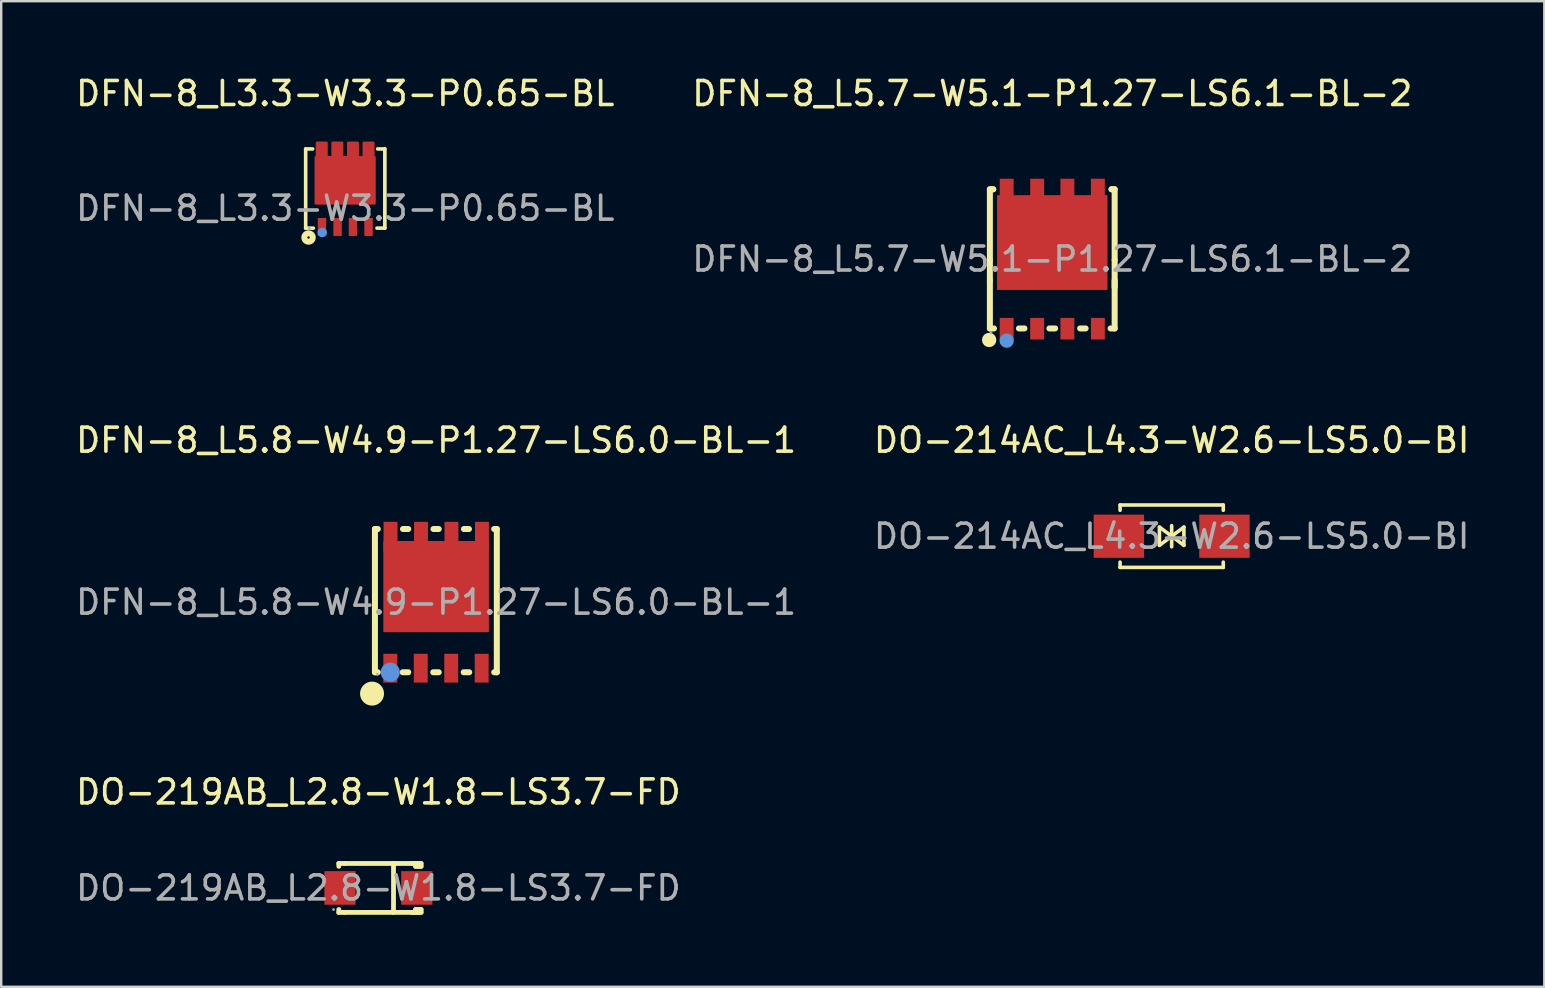
<source format=kicad_pcb>
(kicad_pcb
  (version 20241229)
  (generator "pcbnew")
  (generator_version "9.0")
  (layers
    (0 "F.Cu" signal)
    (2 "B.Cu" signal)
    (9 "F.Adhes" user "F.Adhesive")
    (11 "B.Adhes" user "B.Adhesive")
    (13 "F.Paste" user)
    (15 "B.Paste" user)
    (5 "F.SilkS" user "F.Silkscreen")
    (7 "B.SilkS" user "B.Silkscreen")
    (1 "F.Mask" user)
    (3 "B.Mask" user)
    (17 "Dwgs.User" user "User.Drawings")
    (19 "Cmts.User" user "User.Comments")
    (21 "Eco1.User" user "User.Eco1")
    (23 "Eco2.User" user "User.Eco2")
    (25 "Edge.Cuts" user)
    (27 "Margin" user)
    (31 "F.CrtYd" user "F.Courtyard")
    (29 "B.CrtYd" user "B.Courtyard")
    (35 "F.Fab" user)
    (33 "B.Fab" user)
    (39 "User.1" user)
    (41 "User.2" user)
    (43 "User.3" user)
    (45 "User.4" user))
  (footprint "DO-214AC_L4.3-W2.6-LS5.0-BI"
    (layer "F.Cu")
    (at 45.78 19.297)
    (property "Reference" "DO-214AC_L4.3-W2.6-LS5.0-BI" (at 0 -4 0) (layer "F.SilkS") (effects (font (size 1 1) (thickness 0.15))))
    (attr through_hole)
    (fp_line (start -2.15 -1.3) (end -2.15 -1.08) (stroke (width 0.15) (type solid)) (layer "F.SilkS"))
    (fp_line (start -2.15 -1.3) (end 2.15 -1.3) (stroke (width 0.15) (type solid)) (layer "F.SilkS"))
    (fp_line (start -2.15 1.08) (end -2.15 1.3) (stroke (width 0.15) (type solid)) (layer "F.SilkS"))
    (fp_line (start -2.15 1.3) (end 2.15 1.3) (stroke (width 0.15) (type solid)) (layer "F.SilkS"))
    (fp_line (start -0.51 -0.38) (end 0 0) (stroke (width 0.15) (type solid)) (layer "F.SilkS"))
    (fp_line (start -0.51 0.38) (end -0.51 -0.38) (stroke (width 0.15) (type solid)) (layer "F.SilkS"))
    (fp_line (start 0 -0.44) (end 0 0.44) (stroke (width 0.15) (type solid)) (layer "F.SilkS"))
    (fp_line (start 0 0) (end -0.51 0.38) (stroke (width 0.15) (type solid)) (layer "F.SilkS"))
    (fp_line (start 0 0) (end 0.51 -0.38) (stroke (width 0.15) (type solid)) (layer "F.SilkS"))
    (fp_line (start 0.51 -0.38) (end 0.51 0.38) (stroke (width 0.15) (type solid)) (layer "F.SilkS"))
    (fp_line (start 0.51 0.38) (end 0 0) (stroke (width 0.15) (type solid)) (layer "F.SilkS"))
    (fp_line (start 2.15 -1.3) (end 2.15 -1.08) (stroke (width 0.15) (type solid)) (layer "F.SilkS"))
    (fp_line (start 2.15 1.08) (end 2.15 1.3) (stroke (width 0.15) (type solid)) (layer "F.SilkS"))
    (fp_text user "${REFERENCE}" (at 0 0 0) (layer "F.Fab") (effects (font (size 1 1) (thickness 0.15))))
    (pad "1" smd rect (at -2.2 0) (size 2.1 1.8) (layers "F.Cu" "F.Mask" "F.Paste"))
    (pad "2" smd rect (at 2.2 0) (size 2.1 1.8) (layers "F.Cu" "F.Mask" "F.Paste")))
  (footprint "DO-219AB_L2.8-W1.8-LS3.7-FD"
    (layer "F.Cu")
    (at 12.72 33.955)
    (property "Reference" "DO-219AB_L2.8-W1.8-LS3.7-FD" (at 0 -4 0) (layer "F.SilkS") (effects (font (size 1 1) (thickness 0.15))))
    (attr smd)
    (fp_line (start -1.65 -1.02) (end -1.65 -0.9) (stroke (width 0.2) (type solid)) (layer "F.SilkS"))
    (fp_line (start -1.65 0.9) (end -1.65 1.02) (stroke (width 0.2) (type solid)) (layer "F.SilkS"))
    (fp_line (start -1.65 1.02) (end -1.4 1.02) (stroke (width 0.2) (type solid)) (layer "F.SilkS"))
    (fp_line (start -1.4 -1.02) (end -1.65 -1.02) (stroke (width 0.2) (type solid)) (layer "F.SilkS"))
    (fp_line (start -1.4 -1.02) (end 1.4 -1.02) (stroke (width 0.2) (type solid)) (layer "F.SilkS"))
    (fp_line (start -1.4 1.02) (end 1.4 1.02) (stroke (width 0.2) (type solid)) (layer "F.SilkS"))
    (fp_line (start 0.63 -1.02) (end 0.63 1.02) (stroke (width 0.2) (type solid)) (layer "F.SilkS"))
    (fp_line (start 1.4 -1.02) (end 1.65 -1.02) (stroke (width 0.2) (type solid)) (layer "F.SilkS"))
    (fp_line (start 1.4 1.02) (end 1.55 1.02) (stroke (width 0.2) (type solid)) (layer "F.SilkS"))
    (fp_line (start 1.55 -0.9) (end 1.55 -1.02) (stroke (width 0.2) (type solid)) (layer "F.SilkS"))
    (fp_line (start 1.55 1.02) (end 1.55 0.9) (stroke (width 0.2) (type solid)) (layer "F.SilkS"))
    (fp_line (start 1.65 -1.02) (end 1.67 -1.02) (stroke (width 0.2) (type solid)) (layer "F.SilkS"))
    (fp_line (start 1.65 -1.02) (end 1.78 -1.02) (stroke (width 0.2) (type solid)) (layer "F.SilkS"))
    (fp_line (start 1.67 -1.02) (end 1.67 -0.9) (stroke (width 0.2) (type solid)) (layer "F.SilkS"))
    (fp_line (start 1.67 0.9) (end 1.67 1.02) (stroke (width 0.2) (type solid)) (layer "F.SilkS"))
    (fp_line (start 1.78 -1.02) (end 1.78 -0.9) (stroke (width 0.2) (type solid)) (layer "F.SilkS"))
    (fp_line (start 1.78 -0.9) (end 1.55 -0.9) (stroke (width 0.2) (type solid)) (layer "F.SilkS"))
    (fp_line (start 1.78 0.9) (end 1.55 0.9) (stroke (width 0.2) (type solid)) (layer "F.SilkS"))
    (fp_line (start 1.78 0.9) (end 1.78 1.02) (stroke (width 0.2) (type solid)) (layer "F.SilkS"))
    (fp_line (start 1.78 1.02) (end 1.4 1.02) (stroke (width 0.2) (type solid)) (layer "F.SilkS"))
    (fp_circle (center -1.87 0.9) (end -1.84 0.9) (stroke (width 0.06) (type solid)) (fill no) (layer "F.Fab"))
    (fp_text user "${REFERENCE}" (at 0 0 0) (layer "F.Fab") (effects (font (size 1 1) (thickness 0.15))))
    (pad "1" smd rect (at -1.6 0) (size 1.3 1.4) (layers "F.Cu" "F.Mask" "F.Paste"))
    (pad "2" smd rect (at 1.6 0) (size 1.3 1.4) (layers "F.Cu" "F.Mask" "F.Paste")))
  (footprint "DFN-8_L5.7-W5.1-P1.27-LS6.1-BL-2"
    (layer "F.Cu")
    (at 40.804 7.748)
    (property "Reference" "DFN-8_L5.7-W5.1-P1.27-LS6.1-BL-2" (at 0 -6.9 0) (layer "F.SilkS") (effects (font (size 1 1) (thickness 0.15))))
    (attr smd)
    (fp_line (start -2.6 -2.91) (end -2.46 -2.91) (stroke (width 0.25) (type solid)) (layer "F.SilkS"))
    (fp_line (start -2.6 0.03) (end -2.6 -2.91) (stroke (width 0.25) (type solid)) (layer "F.SilkS"))
    (fp_line (start -2.6 0.03) (end -2.6 0.89) (stroke (width 0.25) (type solid)) (layer "F.SilkS"))
    (fp_line (start -2.6 2.89) (end -2.6 0.89) (stroke (width 0.25) (type solid)) (layer "F.SilkS"))
    (fp_line (start -2.6 2.89) (end -2.43 2.89) (stroke (width 0.25) (type solid)) (layer "F.SilkS"))
    (fp_line (start -2.5 -2.91) (end -2.46 -2.91) (stroke (width 0.25) (type solid)) (layer "F.SilkS"))
    (fp_line (start -1.39 2.89) (end -1.16 2.89) (stroke (width 0.25) (type solid)) (layer "F.SilkS"))
    (fp_line (start -0.12 2.89) (end 0.12 2.89) (stroke (width 0.25) (type solid)) (layer "F.SilkS"))
    (fp_line (start 1.16 2.89) (end 1.39 2.89) (stroke (width 0.25) (type solid)) (layer "F.SilkS"))
    (fp_line (start 2.43 2.89) (end 2.6 2.89) (stroke (width 0.25) (type solid)) (layer "F.SilkS"))
    (fp_line (start 2.47 -2.91) (end 2.5 -2.91) (stroke (width 0.25) (type solid)) (layer "F.SilkS"))
    (fp_line (start 2.47 -2.91) (end 2.6 -2.91) (stroke (width 0.25) (type solid)) (layer "F.SilkS"))
    (fp_line (start 2.6 -2.91) (end 2.6 0.03) (stroke (width 0.25) (type solid)) (layer "F.SilkS"))
    (fp_line (start 2.6 0.03) (end 2.6 1.17) (stroke (width 0.25) (type solid)) (layer "F.SilkS"))
    (fp_line (start 2.6 0.89) (end 2.6 2.89) (stroke (width 0.25) (type solid)) (layer "F.SilkS"))
    (fp_circle (center -2.63 3.37) (end -2.48 3.37) (stroke (width 0.3) (type solid)) (fill no) (layer "F.SilkS"))
    (fp_circle (center -1.9 3.4) (end -1.75 3.4) (stroke (width 0.3) (type solid)) (fill no) (layer "Cmts.User"))
    (fp_circle (center -2.55 3.07) (end -2.52 3.07) (stroke (width 0.06) (type solid)) (fill no) (layer "F.Fab"))
    (fp_text user "${REFERENCE}" (at 0 0 0) (layer "F.Fab") (effects (font (size 1 1) (thickness 0.15))))
    (pad "1" smd rect (at -1.9 2.9 180) (size 0.58 0.9) (layers "F.Cu" "F.Mask" "F.Paste"))
    (pad "2" smd rect (at -0.63 2.9 180) (size 0.58 0.9) (layers "F.Cu" "F.Mask" "F.Paste"))
    (pad "3" smd rect (at 0.63 2.9 180) (size 0.58 0.9) (layers "F.Cu" "F.Mask" "F.Paste"))
    (pad "4" smd rect (at 1.9 2.9 180) (size 0.58 0.9) (layers "F.Cu" "F.Mask" "F.Paste"))
    (pad "5" smd rect (at 1.9 -2.9) (size 0.58 0.9) (layers "F.Cu" "F.Mask" "F.Paste"))
    (pad "6" smd rect (at 0.63 -2.9) (size 0.58 0.9) (layers "F.Cu" "F.Mask" "F.Paste"))
    (pad "7" smd rect (at -0.63 -2.9) (size 0.58 0.9) (layers "F.Cu" "F.Mask" "F.Paste"))
    (pad "8" smd rect (at -1.9 -2.9) (size 0.58 0.9) (layers "F.Cu" "F.Mask" "F.Paste"))
    (pad "9" smd rect (at 0 -0.69) (size 4.6 3.95) (layers "F.Cu" "F.Mask" "F.Paste")))
  (footprint "DFN-8_L5.8-W4.9-P1.27-LS6.0-BL-1"
    (layer "F.Cu")
    (at 15.125 22.047)
    (property "Reference" "DFN-8_L5.8-W4.9-P1.27-LS6.0-BL-1" (at 0 -6.75 0) (layer "F.SilkS") (effects (font (size 1 1) (thickness 0.15))))
    (attr smd)
    (fp_line (start -2.55 -3.05) (end -2.43 -3.05) (stroke (width 0.25) (type solid)) (layer "F.SilkS"))
    (fp_line (start -2.55 2.92) (end -2.55 -3.05) (stroke (width 0.25) (type solid)) (layer "F.SilkS"))
    (fp_line (start -2.43 2.92) (end -2.55 2.92) (stroke (width 0.25) (type solid)) (layer "F.SilkS"))
    (fp_line (start -1.38 -3.05) (end -1.16 -3.05) (stroke (width 0.25) (type solid)) (layer "F.SilkS"))
    (fp_line (start -1.16 2.92) (end -1.39 2.92) (stroke (width 0.25) (type solid)) (layer "F.SilkS"))
    (fp_line (start -0.11 -3.05) (end 0.11 -3.05) (stroke (width 0.25) (type solid)) (layer "F.SilkS"))
    (fp_line (start 0.11 2.92) (end -0.12 2.92) (stroke (width 0.25) (type solid)) (layer "F.SilkS"))
    (fp_line (start 1.16 -3.05) (end 1.37 -3.05) (stroke (width 0.25) (type solid)) (layer "F.SilkS"))
    (fp_line (start 1.38 2.92) (end 1.15 2.92) (stroke (width 0.25) (type solid)) (layer "F.SilkS"))
    (fp_line (start 2.42 -3.05) (end 2.53 -3.05) (stroke (width 0.25) (type solid)) (layer "F.SilkS"))
    (fp_line (start 2.53 -3.05) (end 2.53 2.92) (stroke (width 0.25) (type solid)) (layer "F.SilkS"))
    (fp_line (start 2.53 2.92) (end 2.42 2.92) (stroke (width 0.25) (type solid)) (layer "F.SilkS"))
    (fp_arc (start -2.67 3.81) (mid -2.67 3.81) (end -2.67 3.81) (stroke (width 0.5) (type solid)) (layer "F.SilkS"))
    (fp_circle (center -1.91 2.92) (end -1.71 2.92) (stroke (width 0.4) (type solid)) (fill no) (layer "Cmts.User"))
    (fp_circle (center -2.45 3.01) (end -2.42 3.01) (stroke (width 0.06) (type solid)) (fill no) (layer "F.Fab"))
    (fp_text user "${REFERENCE}" (at 0 0 0) (layer "F.Fab") (effects (font (size 1 1) (thickness 0.15))))
    (pad "1" smd rect (at -1.91 2.75 180) (size 0.58 1.2) (layers "F.Cu" "F.Mask" "F.Paste"))
    (pad "2" smd rect (at -0.64 2.75 180) (size 0.58 1.2) (layers "F.Cu" "F.Mask" "F.Paste"))
    (pad "3" smd rect (at 0.63 2.75 180) (size 0.58 1.2) (layers "F.Cu" "F.Mask" "F.Paste"))
    (pad "4" smd rect (at 1.9 2.75 180) (size 0.58 1.2) (layers "F.Cu" "F.Mask" "F.Paste"))
    (pad "5" smd rect (at 1.91 -2.75) (size 0.58 1.2) (layers "F.Cu" "F.Mask" "F.Paste"))
    (pad "6" smd rect (at 0.64 -2.75) (size 0.58 1.2) (layers "F.Cu" "F.Mask" "F.Paste"))
    (pad "7" smd rect (at -0.63 -2.75) (size 0.58 1.2) (layers "F.Cu" "F.Mask" "F.Paste"))
    (pad "8" smd rect (at -1.9 -2.75) (size 0.58 1.2) (layers "F.Cu" "F.Mask" "F.Paste"))
    (pad "9" smd rect (at 0 -0.65) (size 4.4 3.8) (layers "F.Cu" "F.Mask" "F.Paste")))
  (footprint "DFN-8_L3.3-W3.3-P0.65-BL"
    (layer "F.Cu")
    (at 11.339 5.628)
    (property "Reference" "DFN-8_L3.3-W3.3-P0.65-BL" (at 0 -4.78 0) (layer "F.SilkS") (effects (font (size 1 1) (thickness 0.15))))
    (attr smd)
    (fp_line (start -1.65 -2.47) (end -1.65 0.83) (stroke (width 0.15) (type solid)) (layer "F.SilkS"))
    (fp_line (start -1.65 -2.47) (end -1.36 -2.47) (stroke (width 0.15) (type solid)) (layer "F.SilkS"))
    (fp_line (start -1.65 0.83) (end -1.65 -2.47) (stroke (width 0.1) (type solid)) (layer "F.SilkS"))
    (fp_line (start -1.65 0.83) (end -1.33 0.83) (stroke (width 0.15) (type solid)) (layer "F.SilkS"))
    (fp_line (start 1.32 0.83) (end 1.65 0.83) (stroke (width 0.15) (type solid)) (layer "F.SilkS"))
    (fp_line (start 1.65 -2.47) (end 1.35 -2.47) (stroke (width 0.15) (type solid)) (layer "F.SilkS"))
    (fp_line (start 1.65 -0.49) (end 1.65 -2.47) (stroke (width 0.1) (type solid)) (layer "F.SilkS"))
    (fp_line (start 1.65 0.83) (end 1.65 -2.47) (stroke (width 0.15) (type solid)) (layer "F.SilkS"))
    (fp_line (start 1.65 0.83) (end 1.65 -0.49) (stroke (width 0.1) (type solid)) (layer "F.SilkS"))
    (fp_circle (center -1.53 1.22) (end -1.48 1.22) (stroke (width 0.25) (type solid)) (fill no) (layer "F.SilkS"))
    (fp_circle (center -0.96 1.01) (end -0.86 1.01) (stroke (width 0.2) (type solid)) (fill no) (layer "Cmts.User"))
    (fp_circle (center -1.5 0.84) (end -1.47 0.84) (stroke (width 0.06) (type solid)) (fill no) (layer "F.Fab"))
    (fp_text user "${REFERENCE}" (at 0 0 0) (layer "F.Fab") (effects (font (size 1 1) (thickness 0.15))))
    (pad "1" smd rect (at -0.97 0.78) (size 0.35 0.75) (layers "F.Cu" "F.Mask" "F.Paste"))
    (pad "2" smd rect (at -0.32 0.78) (size 0.35 0.75) (layers "F.Cu" "F.Mask" "F.Paste"))
    (pad "3" smd rect (at 0.32 0.78) (size 0.35 0.75) (layers "F.Cu" "F.Mask" "F.Paste"))
    (pad "4" smd rect (at 0.97 0.78) (size 0.35 0.75) (layers "F.Cu" "F.Mask" "F.Paste"))
    (pad "5" smd custom (at 0 -0.78) (size 0.01 0.01) (layers "F.Cu" "F.Mask" "F.Paste") (options (anchor circle)) (primitives (gr_poly (pts (xy -1.23 0.58) (xy -1.23 -1.35) (xy -1.18 -1.35) (xy -1.18 -1.95) (xy -0.78 -1.95) (xy -0.78 -1.35) (xy -0.53 -1.35) (xy -0.53 -1.95) (xy -0.13 -1.95) (xy -0.13 -1.35) (xy 0.12 -1.35) (xy 0.12 -1.95) (xy 0.52 -1.95) (xy 0.52 -1.35) (xy 0.77 -1.35) (xy 0.77 -1.95) (xy 0.77 -1.35) (xy 0.77 -1.95) (xy 1.17 -1.95) (xy 1.17 -1.35) (xy 1.22 -1.35) (xy 1.22 0.58)) (width 0.1) (fill yes)))))
  (gr_rect
    (start -3 -3)
    (end 61.31 38.075)
    (stroke (width 0.1) (type default))
    (fill no)
    (layer "Edge.Cuts")))
</source>
